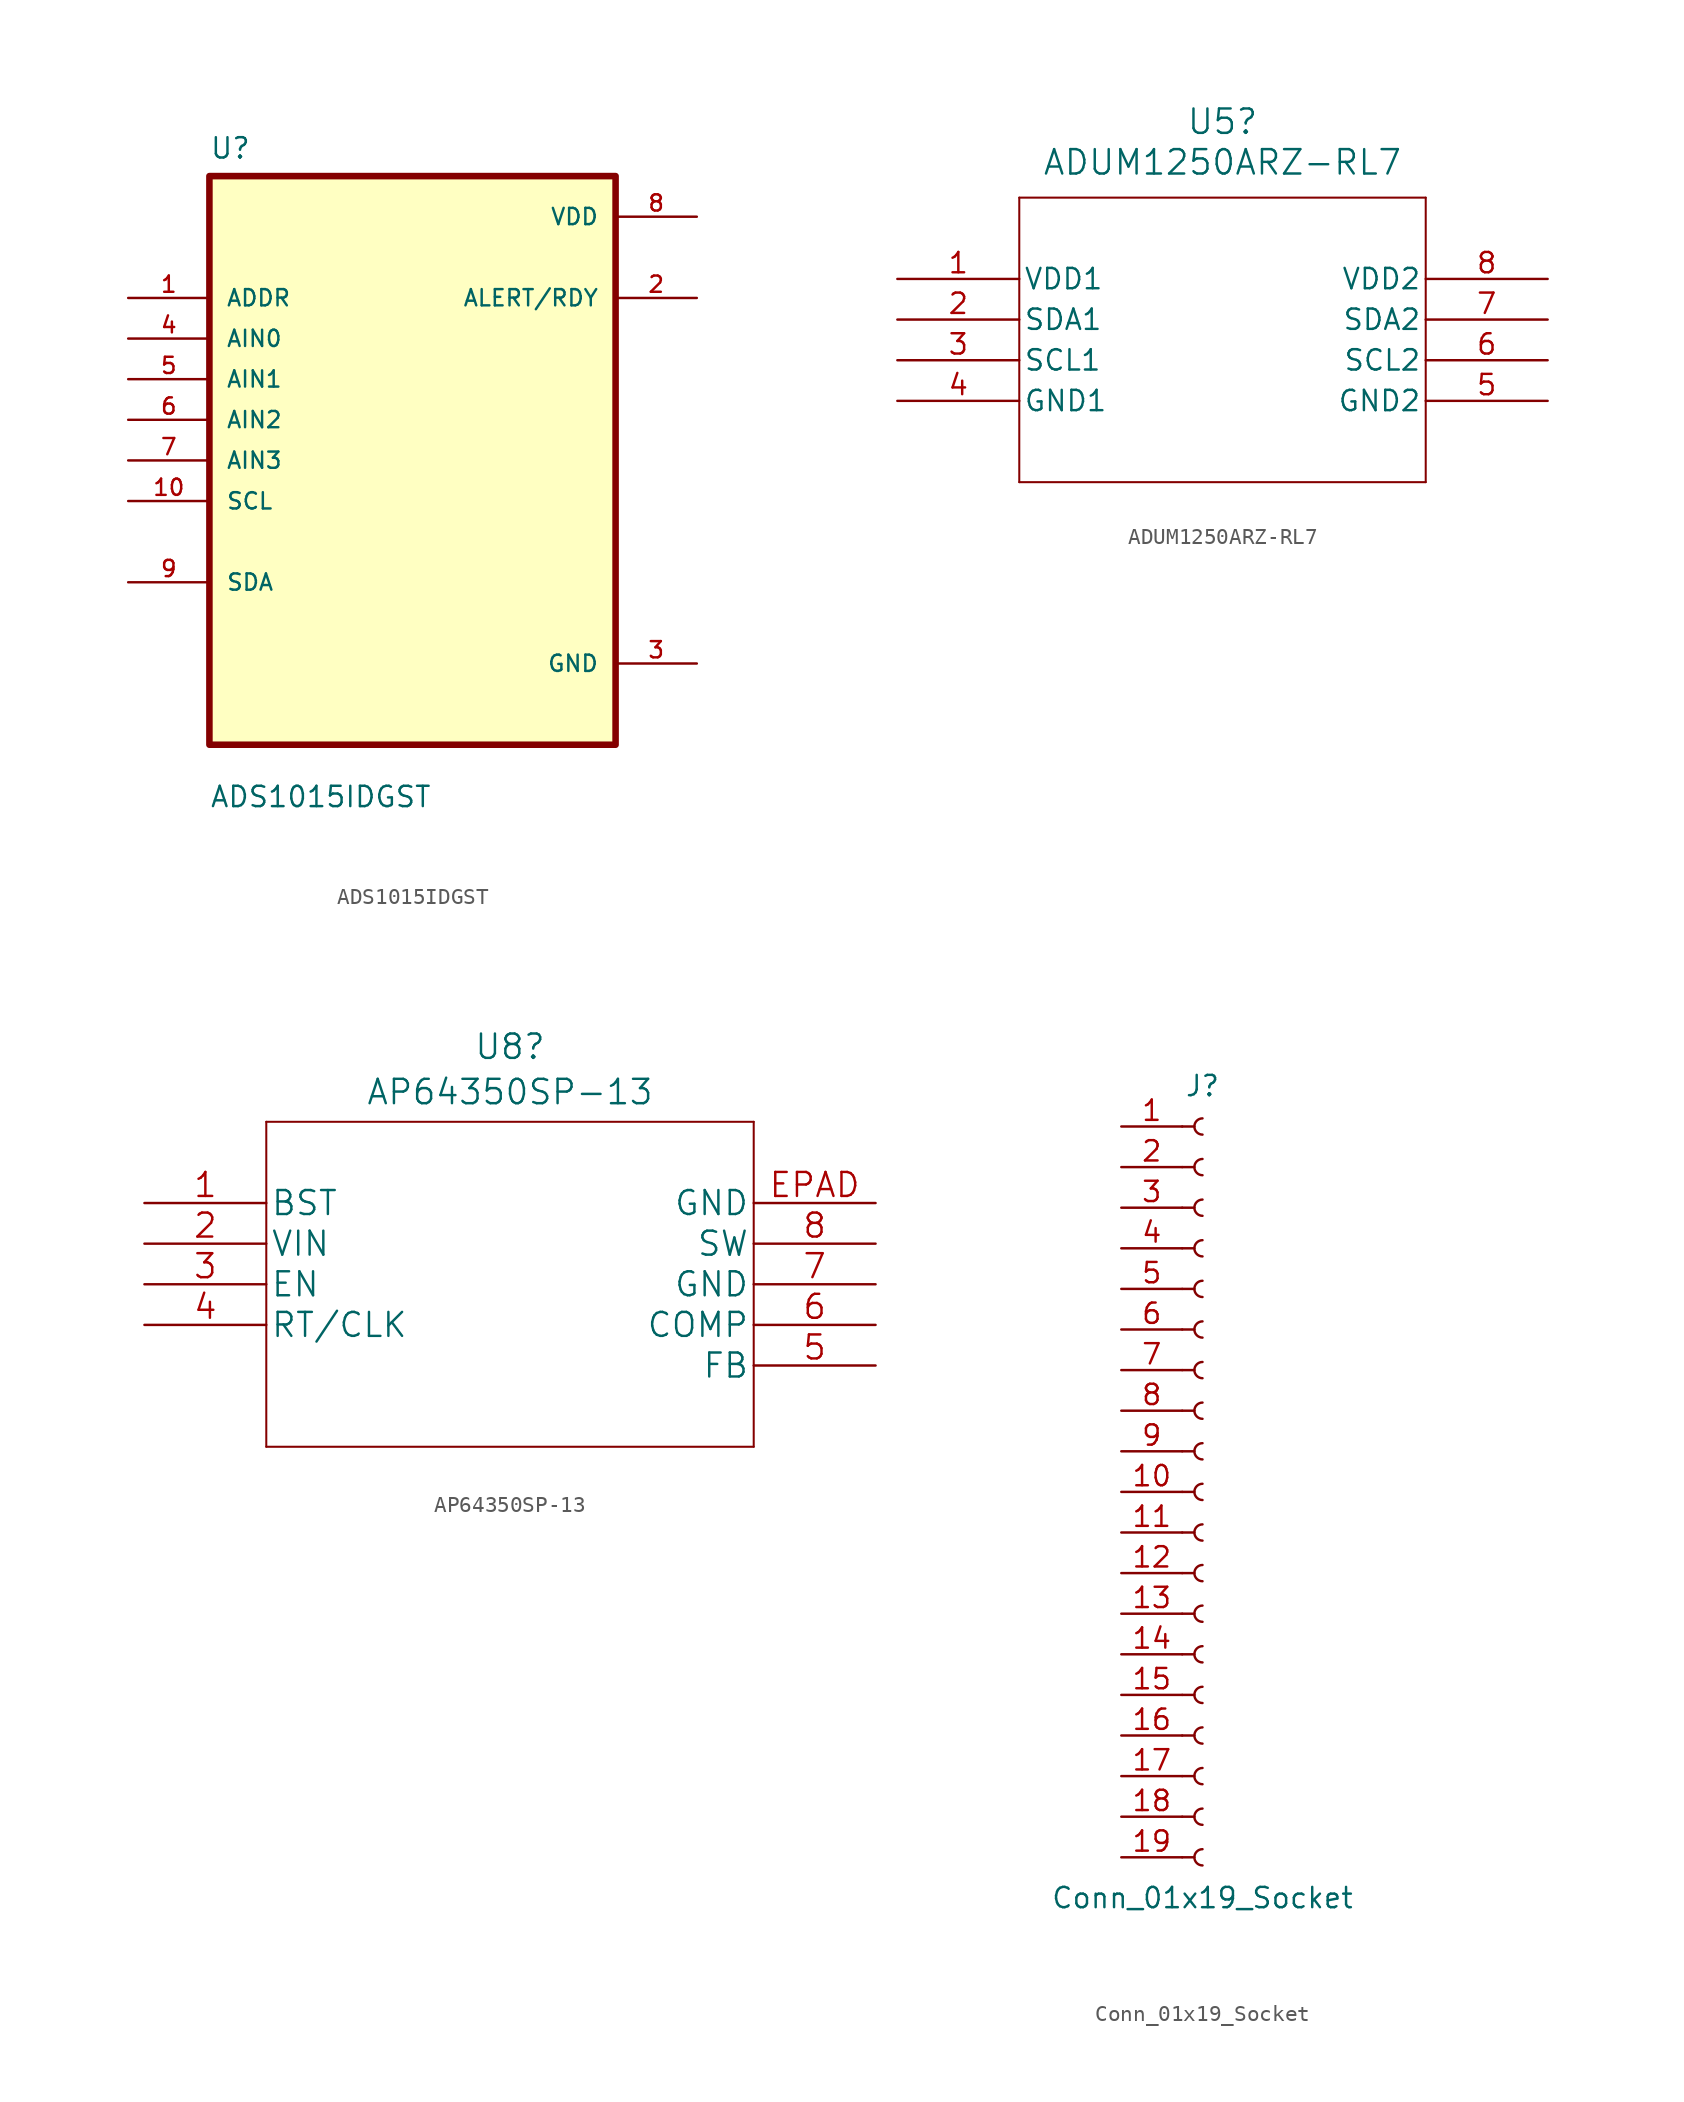
<source format=kicad_sym>
(kicad_symbol_lib
  (version 20231120)
  (generator "kicad_symbol_editor")
  (generator_version "8.0")
  (symbol "ADS1015IDGST"
    (pin_names
      (offset 1.016))
    (property "Reference" "U"
      (at -12.7 18.78 0)
      (effects (font (size 1.27 1.27)) (justify left bottom)))
    (property "Value" "ADS1015IDGST"
      (at -12.7 -21.78 0)
      (effects (font (size 1.27 1.27)) (justify left bottom)))
    (symbol "ADS1015IDGST_0_0"
      (rectangle (start -12.7 -17.78) (end 12.7 17.78) (stroke (width 0.41) (type default)) (fill (type background)))
      (pin input line (at -17.78 10.16 0) (length 5.08) (name "ADDR" (effects (font (size 1.016 1.016)))) (number "1" (effects (font (size 1.016 1.016)))))
      (pin input line (at -17.78 -2.54 0) (length 5.08) (name "SCL" (effects (font (size 1.016 1.016)))) (number "10" (effects (font (size 1.016 1.016)))))
      (pin output line (at 17.78 10.16 180) (length 5.08) (name "ALERT/RDY" (effects (font (size 1.016 1.016)))) (number "2" (effects (font (size 1.016 1.016)))))
      (pin power_in line (at 17.78 -12.7 180) (length 5.08) (name "GND" (effects (font (size 1.016 1.016)))) (number "3" (effects (font (size 1.016 1.016)))))
      (pin input line (at -17.78 7.62 0) (length 5.08) (name "AIN0" (effects (font (size 1.016 1.016)))) (number "4" (effects (font (size 1.016 1.016)))))
      (pin input line (at -17.78 5.08 0) (length 5.08) (name "AIN1" (effects (font (size 1.016 1.016)))) (number "5" (effects (font (size 1.016 1.016)))))
      (pin input line (at -17.78 2.54 0) (length 5.08) (name "AIN2" (effects (font (size 1.016 1.016)))) (number "6" (effects (font (size 1.016 1.016)))))
      (pin input line (at -17.78 0 0) (length 5.08) (name "AIN3" (effects (font (size 1.016 1.016)))) (number "7" (effects (font (size 1.016 1.016)))))
      (pin power_in line (at 17.78 15.24 180) (length 5.08) (name "VDD" (effects (font (size 1.016 1.016)))) (number "8" (effects (font (size 1.016 1.016)))))
      (pin bidirectional line (at -17.78 -7.62 0) (length 5.08) (name "SDA" (effects (font (size 1.016 1.016)))) (number "9" (effects (font (size 1.016 1.016)))))))
  (symbol "ADUM1250ARZ-RL7"
    (pin_names
      (offset 0.254))
    (property "Reference" "U5"
      (at 20.32 9.827 0)
      (effects (font (size 1.524 1.524))))
    (property "Value" "ADUM1250ARZ-RL7"
      (at 20.32 7.287 0)
      (effects (font (size 1.524 1.524))))
    (property "ki_locked" ""
      (at 0 0 0)
      (effects (font (size 1.27 1.27))))
    (symbol "ADUM1250ARZ-RL7_0_1"
      (polyline (pts (xy 7.62 -12.7) (xy 33.02 -12.7)) (stroke (width 0.127) (type default)) (fill (type none)))
      (polyline (pts (xy 7.62 5.08) (xy 7.62 -12.7)) (stroke (width 0.127) (type default)) (fill (type none)))
      (polyline (pts (xy 33.02 -12.7) (xy 33.02 5.08)) (stroke (width 0.127) (type default)) (fill (type none)))
      (polyline (pts (xy 33.02 5.08) (xy 7.62 5.08)) (stroke (width 0.127) (type default)) (fill (type none)))
      (pin power_in line (at 0 0 0) (length 7.62) (name "VDD1" (effects (font (size 1.27 1.27)))) (number "1" (effects (font (size 1.27 1.27)))))
      (pin bidirectional line (at 0 -2.54 0) (length 7.62) (name "SDA1" (effects (font (size 1.27 1.27)))) (number "2" (effects (font (size 1.27 1.27)))))
      (pin bidirectional line (at 0 -5.08 0) (length 7.62) (name "SCL1" (effects (font (size 1.27 1.27)))) (number "3" (effects (font (size 1.27 1.27)))))
      (pin bidirectional line (at 40.64 -5.08 180) (length 7.62) (name "SCL2" (effects (font (size 1.27 1.27)))) (number "6" (effects (font (size 1.27 1.27)))))
      (pin bidirectional line (at 40.64 -2.54 180) (length 7.62) (name "SDA2" (effects (font (size 1.27 1.27)))) (number "7" (effects (font (size 1.27 1.27)))))
      (pin power_in line (at 40.64 0 180) (length 7.62) (name "VDD2" (effects (font (size 1.27 1.27)))) (number "8" (effects (font (size 1.27 1.27))))))
    (symbol "ADUM1250ARZ-RL7_1_1"
      (pin input line (at 0 -7.62 0) (length 7.62) (name "GND1" (effects (font (size 1.27 1.27)))) (number "4" (effects (font (size 1.27 1.27)))))
      (pin input line (at 40.64 -7.62 180) (length 7.62) (name "GND2" (effects (font (size 1.27 1.27)))) (number "5" (effects (font (size 1.27 1.27)))))))
  (symbol "AP64350SP-13"
    (pin_names
      (offset 0.254))
    (property "Reference" "U8"
      (at 22.86 9.774 0)
      (effects (font (size 1.524 1.524))))
    (property "Value" "AP64350SP-13"
      (at 22.86 6.941 0)
      (effects (font (size 1.524 1.524))))
    (property "Datasheet" ""
      (at 0 0 0)
      (effects (font (size 1.524 1.524))))
    (property "ki_locked" ""
      (at 0 0 0)
      (effects (font (size 1.27 1.27))))
    (symbol "AP64350SP-13_1_1"
      (polyline (pts (xy 7.62 -15.24) (xy 38.1 -15.24)) (stroke (width 0.127) (type default)) (fill (type none)))
      (polyline (pts (xy 7.62 5.08) (xy 7.62 -15.24)) (stroke (width 0.127) (type default)) (fill (type none)))
      (polyline (pts (xy 38.1 -15.24) (xy 38.1 5.08)) (stroke (width 0.127) (type default)) (fill (type none)))
      (polyline (pts (xy 38.1 5.08) (xy 7.62 5.08)) (stroke (width 0.127) (type default)) (fill (type none)))
      (pin bidirectional line (at 0 0 0) (length 7.62) (name "BST" (effects (font (size 1.499 1.499)))) (number "1" (effects (font (size 1.499 1.499)))))
      (pin bidirectional line (at 0 -2.54 0) (length 7.62) (name "VIN" (effects (font (size 1.499 1.499)))) (number "2" (effects (font (size 1.499 1.499)))))
      (pin input line (at 0 -5.08 0) (length 7.62) (name "EN" (effects (font (size 1.499 1.499)))) (number "3" (effects (font (size 1.499 1.499)))))
      (pin unspecified line (at 0 -7.62 0) (length 7.62) (name "RT/CLK" (effects (font (size 1.499 1.499)))) (number "4" (effects (font (size 1.499 1.499)))))
      (pin input line (at 45.72 -10.16 180) (length 7.62) (name "FB" (effects (font (size 1.499 1.499)))) (number "5" (effects (font (size 1.499 1.499)))))
      (pin unspecified line (at 45.72 -7.62 180) (length 7.62) (name "COMP" (effects (font (size 1.499 1.499)))) (number "6" (effects (font (size 1.499 1.499)))))
      (pin bidirectional line (at 45.72 -5.08 180) (length 7.62) (name "GND" (effects (font (size 1.499 1.499)))) (number "7" (effects (font (size 1.499 1.499)))))
      (pin output line (at 45.72 -2.54 180) (length 7.62) (name "SW" (effects (font (size 1.499 1.499)))) (number "8" (effects (font (size 1.499 1.499)))))
      (pin bidirectional line (at 45.72 0 180) (length 7.62) (name "GND" (effects (font (size 1.499 1.499)))) (number "EPAD" (effects (font (size 1.499 1.499)))))))
  (symbol "Conn_01x19_Socket"
    (pin_names
      (offset 1.016) hide)
    (property "Reference" "J"
      (at 0 25.4 0)
      (effects (font (size 1.27 1.27))))
    (property "Value" "Conn_01x19_Socket"
      (at 0 -25.4 0)
      (effects (font (size 1.27 1.27))))
    (property "ki_locked" ""
      (at 0 0 0)
      (effects (font (size 1.27 1.27))))
    (symbol "Conn_01x19_Socket_1_1"
      (arc (start 0 -22.352) (mid -0.5058 -22.86) (end 0 -23.368) (stroke (width 0.1524) (type default)) (fill (type none)))
      (arc (start 0 -19.812) (mid -0.5058 -20.32) (end 0 -20.828) (stroke (width 0.1524) (type default)) (fill (type none)))
      (arc (start 0 -17.272) (mid -0.5058 -17.78) (end 0 -18.288) (stroke (width 0.1524) (type default)) (fill (type none)))
      (arc (start 0 -14.732) (mid -0.5058 -15.24) (end 0 -15.748) (stroke (width 0.1524) (type default)) (fill (type none)))
      (arc (start 0 -12.192) (mid -0.5058 -12.7) (end 0 -13.208) (stroke (width 0.1524) (type default)) (fill (type none)))
      (arc (start 0 -9.652) (mid -0.5058 -10.16) (end 0 -10.668) (stroke (width 0.1524) (type default)) (fill (type none)))
      (arc (start 0 -7.112) (mid -0.5058 -7.62) (end 0 -8.128) (stroke (width 0.1524) (type default)) (fill (type none)))
      (arc (start 0 -4.572) (mid -0.5058 -5.08) (end 0 -5.588) (stroke (width 0.1524) (type default)) (fill (type none)))
      (arc (start 0 -2.032) (mid -0.5058 -2.54) (end 0 -3.048) (stroke (width 0.1524) (type default)) (fill (type none)))
      (polyline (pts (xy -1.27 -22.86) (xy -0.508 -22.86)) (stroke (width 0.152) (type default)) (fill (type none)))
      (polyline (pts (xy -1.27 -20.32) (xy -0.508 -20.32)) (stroke (width 0.152) (type default)) (fill (type none)))
      (polyline (pts (xy -1.27 -17.78) (xy -0.508 -17.78)) (stroke (width 0.152) (type default)) (fill (type none)))
      (polyline (pts (xy -1.27 -15.24) (xy -0.508 -15.24)) (stroke (width 0.152) (type default)) (fill (type none)))
      (polyline (pts (xy -1.27 -12.7) (xy -0.508 -12.7)) (stroke (width 0.152) (type default)) (fill (type none)))
      (polyline (pts (xy -1.27 -10.16) (xy -0.508 -10.16)) (stroke (width 0.152) (type default)) (fill (type none)))
      (polyline (pts (xy -1.27 -7.62) (xy -0.508 -7.62)) (stroke (width 0.152) (type default)) (fill (type none)))
      (polyline (pts (xy -1.27 -5.08) (xy -0.508 -5.08)) (stroke (width 0.152) (type default)) (fill (type none)))
      (polyline (pts (xy -1.27 -2.54) (xy -0.508 -2.54)) (stroke (width 0.152) (type default)) (fill (type none)))
      (polyline (pts (xy -1.27 0) (xy -0.508 0)) (stroke (width 0.152) (type default)) (fill (type none)))
      (polyline (pts (xy -1.27 2.54) (xy -0.508 2.54)) (stroke (width 0.152) (type default)) (fill (type none)))
      (polyline (pts (xy -1.27 5.08) (xy -0.508 5.08)) (stroke (width 0.152) (type default)) (fill (type none)))
      (polyline (pts (xy -1.27 7.62) (xy -0.508 7.62)) (stroke (width 0.152) (type default)) (fill (type none)))
      (polyline (pts (xy -1.27 10.16) (xy -0.508 10.16)) (stroke (width 0.152) (type default)) (fill (type none)))
      (polyline (pts (xy -1.27 12.7) (xy -0.508 12.7)) (stroke (width 0.152) (type default)) (fill (type none)))
      (polyline (pts (xy -1.27 15.24) (xy -0.508 15.24)) (stroke (width 0.152) (type default)) (fill (type none)))
      (polyline (pts (xy -1.27 17.78) (xy -0.508 17.78)) (stroke (width 0.152) (type default)) (fill (type none)))
      (polyline (pts (xy -1.27 20.32) (xy -0.508 20.32)) (stroke (width 0.152) (type default)) (fill (type none)))
      (polyline (pts (xy -1.27 22.86) (xy -0.508 22.86)) (stroke (width 0.152) (type default)) (fill (type none)))
      (arc (start 0 0.508) (mid -0.5058 0) (end 0 -0.508) (stroke (width 0.1524) (type default)) (fill (type none)))
      (arc (start 0 3.048) (mid -0.5058 2.54) (end 0 2.032) (stroke (width 0.1524) (type default)) (fill (type none)))
      (arc (start 0 5.588) (mid -0.5058 5.08) (end 0 4.572) (stroke (width 0.1524) (type default)) (fill (type none)))
      (arc (start 0 8.128) (mid -0.5058 7.62) (end 0 7.112) (stroke (width 0.1524) (type default)) (fill (type none)))
      (arc (start 0 10.668) (mid -0.5058 10.16) (end 0 9.652) (stroke (width 0.1524) (type default)) (fill (type none)))
      (arc (start 0 13.208) (mid -0.5058 12.7) (end 0 12.192) (stroke (width 0.1524) (type default)) (fill (type none)))
      (arc (start 0 15.748) (mid -0.5058 15.24) (end 0 14.732) (stroke (width 0.1524) (type default)) (fill (type none)))
      (arc (start 0 18.288) (mid -0.5058 17.78) (end 0 17.272) (stroke (width 0.1524) (type default)) (fill (type none)))
      (arc (start 0 20.828) (mid -0.5058 20.32) (end 0 19.812) (stroke (width 0.1524) (type default)) (fill (type none)))
      (arc (start 0 23.368) (mid -0.5058 22.86) (end 0 22.352) (stroke (width 0.1524) (type default)) (fill (type none)))
      (pin passive line (at -5.08 22.86 0) (length 3.81) (name "Pin_1" (effects (font (size 1.27 1.27)))) (number "1" (effects (font (size 1.27 1.27)))))
      (pin passive line (at -5.08 0 0) (length 3.81) (name "Pin_10" (effects (font (size 1.27 1.27)))) (number "10" (effects (font (size 1.27 1.27)))))
      (pin passive line (at -5.08 -2.54 0) (length 3.81) (name "Pin_11" (effects (font (size 1.27 1.27)))) (number "11" (effects (font (size 1.27 1.27)))))
      (pin passive line (at -5.08 -5.08 0) (length 3.81) (name "Pin_12" (effects (font (size 1.27 1.27)))) (number "12" (effects (font (size 1.27 1.27)))))
      (pin passive line (at -5.08 -7.62 0) (length 3.81) (name "Pin_13" (effects (font (size 1.27 1.27)))) (number "13" (effects (font (size 1.27 1.27)))))
      (pin passive line (at -5.08 -10.16 0) (length 3.81) (name "Pin_14" (effects (font (size 1.27 1.27)))) (number "14" (effects (font (size 1.27 1.27)))))
      (pin passive line (at -5.08 -12.7 0) (length 3.81) (name "Pin_15" (effects (font (size 1.27 1.27)))) (number "15" (effects (font (size 1.27 1.27)))))
      (pin passive line (at -5.08 -15.24 0) (length 3.81) (name "Pin_16" (effects (font (size 1.27 1.27)))) (number "16" (effects (font (size 1.27 1.27)))))
      (pin passive line (at -5.08 -17.78 0) (length 3.81) (name "Pin_17" (effects (font (size 1.27 1.27)))) (number "17" (effects (font (size 1.27 1.27)))))
      (pin passive line (at -5.08 -20.32 0) (length 3.81) (name "Pin_18" (effects (font (size 1.27 1.27)))) (number "18" (effects (font (size 1.27 1.27)))))
      (pin passive line (at -5.08 -22.86 0) (length 3.81) (name "Pin_19" (effects (font (size 1.27 1.27)))) (number "19" (effects (font (size 1.27 1.27)))))
      (pin passive line (at -5.08 20.32 0) (length 3.81) (name "Pin_2" (effects (font (size 1.27 1.27)))) (number "2" (effects (font (size 1.27 1.27)))))
      (pin passive line (at -5.08 17.78 0) (length 3.81) (name "Pin_3" (effects (font (size 1.27 1.27)))) (number "3" (effects (font (size 1.27 1.27)))))
      (pin passive line (at -5.08 15.24 0) (length 3.81) (name "Pin_4" (effects (font (size 1.27 1.27)))) (number "4" (effects (font (size 1.27 1.27)))))
      (pin passive line (at -5.08 12.7 0) (length 3.81) (name "Pin_5" (effects (font (size 1.27 1.27)))) (number "5" (effects (font (size 1.27 1.27)))))
      (pin passive line (at -5.08 10.16 0) (length 3.81) (name "Pin_6" (effects (font (size 1.27 1.27)))) (number "6" (effects (font (size 1.27 1.27)))))
      (pin passive line (at -5.08 7.62 0) (length 3.81) (name "Pin_7" (effects (font (size 1.27 1.27)))) (number "7" (effects (font (size 1.27 1.27)))))
      (pin passive line (at -5.08 5.08 0) (length 3.81) (name "Pin_8" (effects (font (size 1.27 1.27)))) (number "8" (effects (font (size 1.27 1.27)))))
      (pin passive line (at -5.08 2.54 0) (length 3.81) (name "Pin_9" (effects (font (size 1.27 1.27)))) (number "9" (effects (font (size 1.27 1.27))))))))
</source>
